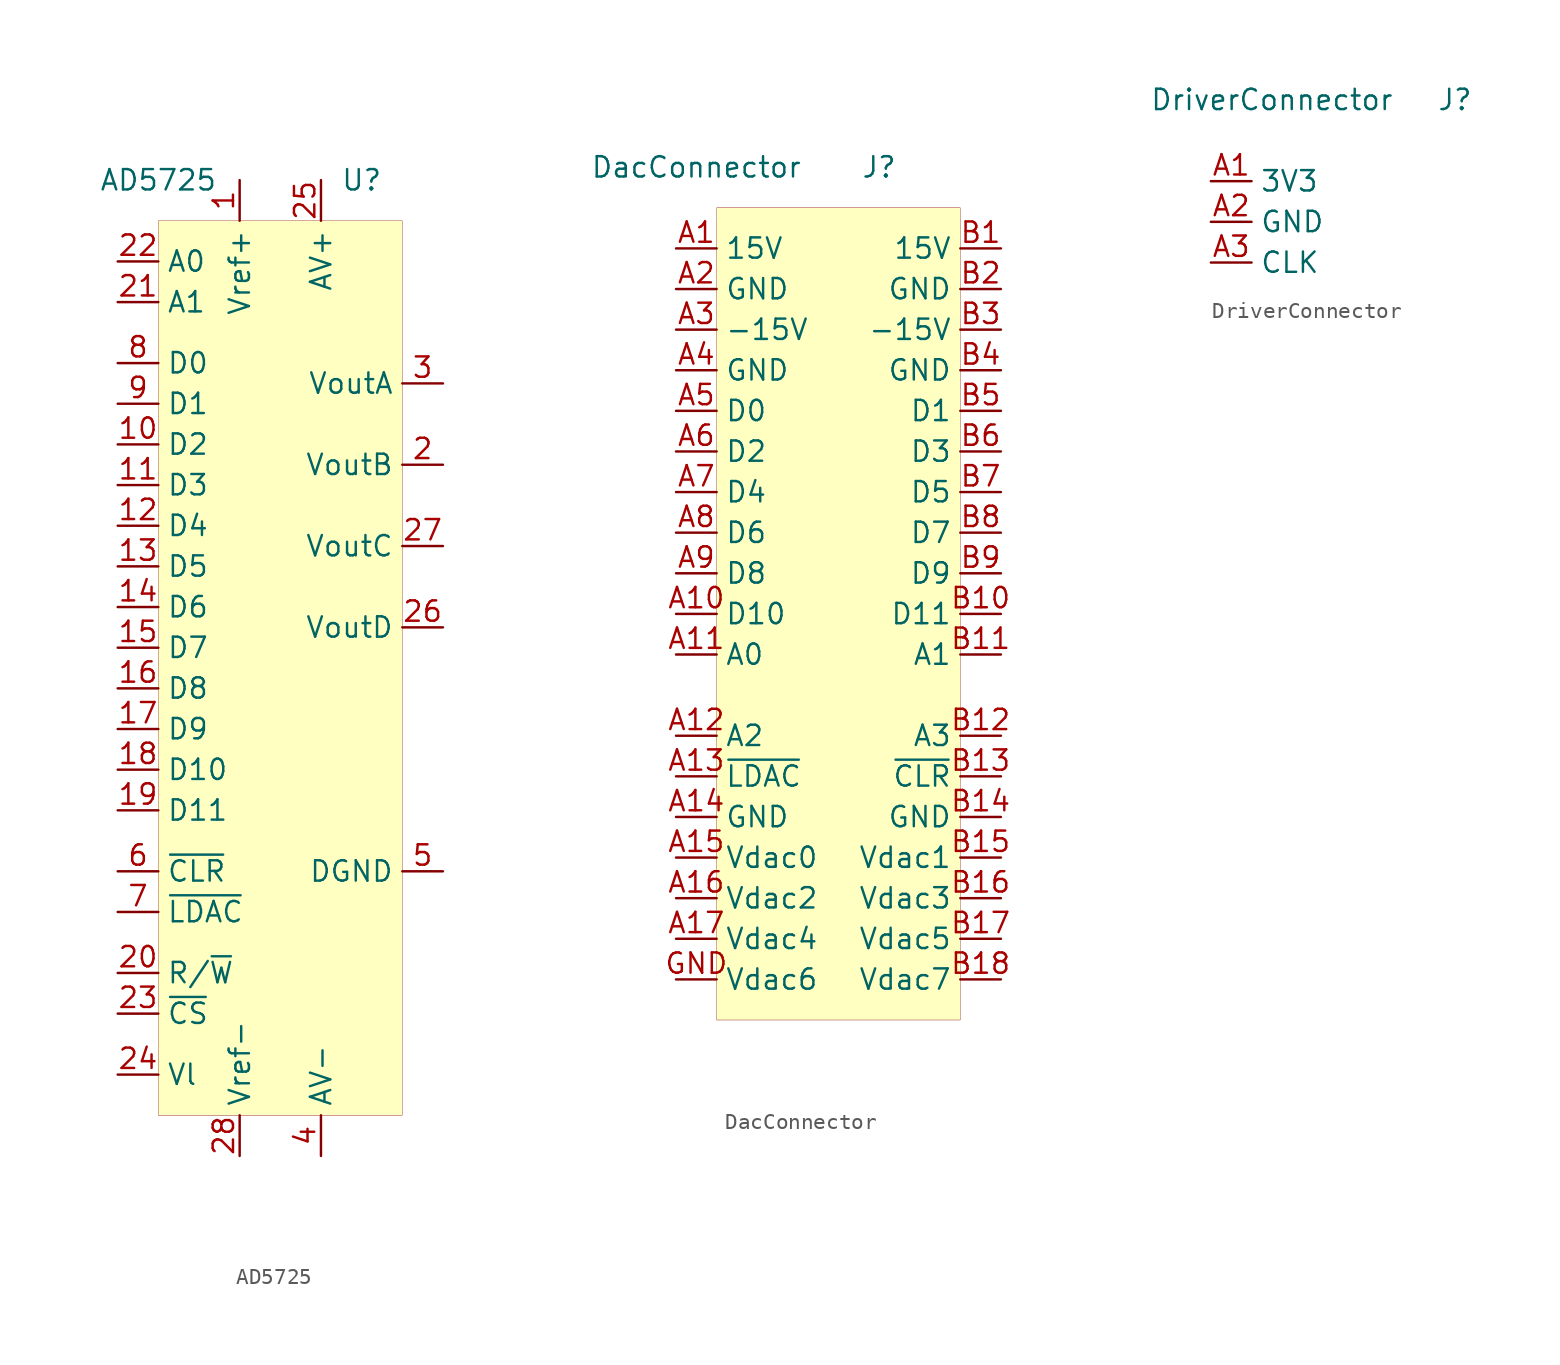
<source format=kicad_sym>
(kicad_symbol_lib
  (version 20201005)
  (generator kicad_symbol_editor)
  (symbol "Unichip:AD5725"
    (property "Reference" "U"
      (at 5.08 2.54 0)
      (effects (font (size 1.27 1.27))))
    (property "Value" "AD5725"
      (at -7.62 2.54 0)
      (effects (font (size 1.27 1.27))))
    (symbol "AD5725_0_1"
      (rectangle (start -7.62 0) (end 7.62 -55.88) (stroke (width 0.001)) (fill (type background))))
    (symbol "AD5725_1_1"
      (pin power_in line (at -2.54 2.54 270) (length 2.54) (name "Vref+" (effects (font (size 1.27 1.27)))) (number "1" (effects (font (size 1.27 1.27)))))
      (pin output line (at 10.16 -15.24 180) (length 2.54) (name "VoutB" (effects (font (size 1.27 1.27)))) (number "2" (effects (font (size 1.27 1.27)))))
      (pin output line (at 10.16 -10.16 180) (length 2.54) (name "VoutA" (effects (font (size 1.27 1.27)))) (number "3" (effects (font (size 1.27 1.27)))))
      (pin power_in line (at 2.54 -58.42 90) (length 2.54) (name "AV-" (effects (font (size 1.27 1.27)))) (number "4" (effects (font (size 1.27 1.27)))))
      (pin power_in line (at 10.16 -40.64 180) (length 2.54) (name "DGND" (effects (font (size 1.27 1.27)))) (number "5" (effects (font (size 1.27 1.27)))))
      (pin input line (at -10.16 -40.64 0) (length 2.54) (name "~CLR" (effects (font (size 1.27 1.27)))) (number "6" (effects (font (size 1.27 1.27)))))
      (pin input line (at -10.16 -43.18 0) (length 2.54) (name "~LDAC" (effects (font (size 1.27 1.27)))) (number "7" (effects (font (size 1.27 1.27)))))
      (pin input line (at -10.16 -8.89 0) (length 2.54) (name "D0" (effects (font (size 1.27 1.27)))) (number "8" (effects (font (size 1.27 1.27)))))
      (pin input line (at -10.16 -11.43 0) (length 2.54) (name "D1" (effects (font (size 1.27 1.27)))) (number "9" (effects (font (size 1.27 1.27)))))
      (pin input line (at -10.16 -13.97 0) (length 2.54) (name "D2" (effects (font (size 1.27 1.27)))) (number "10" (effects (font (size 1.27 1.27)))))
      (pin input line (at -10.16 -16.51 0) (length 2.54) (name "D3" (effects (font (size 1.27 1.27)))) (number "11" (effects (font (size 1.27 1.27)))))
      (pin input line (at -10.16 -19.05 0) (length 2.54) (name "D4" (effects (font (size 1.27 1.27)))) (number "12" (effects (font (size 1.27 1.27)))))
      (pin input line (at -10.16 -21.59 0) (length 2.54) (name "D5" (effects (font (size 1.27 1.27)))) (number "13" (effects (font (size 1.27 1.27)))))
      (pin input line (at -10.16 -24.13 0) (length 2.54) (name "D6" (effects (font (size 1.27 1.27)))) (number "14" (effects (font (size 1.27 1.27)))))
      (pin input line (at -10.16 -26.67 0) (length 2.54) (name "D7" (effects (font (size 1.27 1.27)))) (number "15" (effects (font (size 1.27 1.27)))))
      (pin input line (at -10.16 -29.21 0) (length 2.54) (name "D8" (effects (font (size 1.27 1.27)))) (number "16" (effects (font (size 1.27 1.27)))))
      (pin input line (at -10.16 -31.75 0) (length 2.54) (name "D9" (effects (font (size 1.27 1.27)))) (number "17" (effects (font (size 1.27 1.27)))))
      (pin input line (at -10.16 -34.29 0) (length 2.54) (name "D10" (effects (font (size 1.27 1.27)))) (number "18" (effects (font (size 1.27 1.27)))))
      (pin input line (at -10.16 -36.83 0) (length 2.54) (name "D11" (effects (font (size 1.27 1.27)))) (number "19" (effects (font (size 1.27 1.27)))))
      (pin input line (at -10.16 -46.99 0) (length 2.54) (name "R/~W" (effects (font (size 1.27 1.27)))) (number "20" (effects (font (size 1.27 1.27)))))
      (pin input line (at -10.16 -5.08 0) (length 2.54) (name "A1" (effects (font (size 1.27 1.27)))) (number "21" (effects (font (size 1.27 1.27)))))
      (pin input line (at -10.16 -2.54 0) (length 2.54) (name "A0" (effects (font (size 1.27 1.27)))) (number "22" (effects (font (size 1.27 1.27)))))
      (pin input line (at -10.16 -49.53 0) (length 2.54) (name "~CS" (effects (font (size 1.27 1.27)))) (number "23" (effects (font (size 1.27 1.27)))))
      (pin power_in line (at -10.16 -53.34 0) (length 2.54) (name "Vl" (effects (font (size 1.27 1.27)))) (number "24" (effects (font (size 1.27 1.27)))))
      (pin power_in line (at 2.54 2.54 270) (length 2.54) (name "AV+" (effects (font (size 1.27 1.27)))) (number "25" (effects (font (size 1.27 1.27)))))
      (pin output line (at 10.16 -25.4 180) (length 2.54) (name "VoutD" (effects (font (size 1.27 1.27)))) (number "26" (effects (font (size 1.27 1.27)))))
      (pin output line (at 10.16 -20.32 180) (length 2.54) (name "VoutC" (effects (font (size 1.27 1.27)))) (number "27" (effects (font (size 1.27 1.27)))))
      (pin power_in line (at -2.54 -58.42 90) (length 2.54) (name "Vref-" (effects (font (size 1.27 1.27)))) (number "28" (effects (font (size 1.27 1.27)))))))
  (symbol "Unichip:DacConnector"
    (property "Reference" "J"
      (at 2.54 2.54 0)
      (effects (font (size 1.27 1.27))))
    (property "Value" "DacConnector"
      (at -8.89 2.54 0)
      (effects (font (size 1.27 1.27))))
    (symbol "DacConnector_0_1"
      (rectangle (start -7.62 0) (end 7.62 -50.8) (stroke (width 0.001)) (fill (type background))))
    (symbol "DacConnector_1_1"
      (pin passive line (at -10.16 -2.54 0) (length 2.54) (name "15V" (effects (font (size 1.27 1.27)))) (number "A1" (effects (font (size 1.27 1.27)))))
      (pin passive line (at -10.16 -5.08 0) (length 2.54) (name "GND" (effects (font (size 1.27 1.27)))) (number "A2" (effects (font (size 1.27 1.27)))))
      (pin passive line (at -10.16 -7.62 0) (length 2.54) (name "-15V" (effects (font (size 1.27 1.27)))) (number "A3" (effects (font (size 1.27 1.27)))))
      (pin passive line (at 10.16 -2.54 180) (length 2.54) (name "15V" (effects (font (size 1.27 1.27)))) (number "B1" (effects (font (size 1.27 1.27)))))
      (pin passive line (at 10.16 -5.08 180) (length 2.54) (name "GND" (effects (font (size 1.27 1.27)))) (number "B2" (effects (font (size 1.27 1.27)))))
      (pin passive line (at 10.16 -7.62 180) (length 2.54) (name "-15V" (effects (font (size 1.27 1.27)))) (number "B3" (effects (font (size 1.27 1.27)))))
      (pin passive line (at -10.16 -10.16 0) (length 2.54) (name "GND" (effects (font (size 1.27 1.27)))) (number "A4" (effects (font (size 1.27 1.27)))))
      (pin passive line (at -10.16 -12.7 0) (length 2.54) (name "D0" (effects (font (size 1.27 1.27)))) (number "A5" (effects (font (size 1.27 1.27)))))
      (pin passive line (at -10.16 -15.24 0) (length 2.54) (name "D2" (effects (font (size 1.27 1.27)))) (number "A6" (effects (font (size 1.27 1.27)))))
      (pin passive line (at -10.16 -17.78 0) (length 2.54) (name "D4" (effects (font (size 1.27 1.27)))) (number "A7" (effects (font (size 1.27 1.27)))))
      (pin passive line (at -10.16 -20.32 0) (length 2.54) (name "D6" (effects (font (size 1.27 1.27)))) (number "A8" (effects (font (size 1.27 1.27)))))
      (pin passive line (at -10.16 -22.86 0) (length 2.54) (name "D8" (effects (font (size 1.27 1.27)))) (number "A9" (effects (font (size 1.27 1.27)))))
      (pin passive line (at -10.16 -25.4 0) (length 2.54) (name "D10" (effects (font (size 1.27 1.27)))) (number "A10" (effects (font (size 1.27 1.27)))))
      (pin passive line (at -10.16 -27.94 0) (length 2.54) (name "A0" (effects (font (size 1.27 1.27)))) (number "A11" (effects (font (size 1.27 1.27)))))
      (pin passive line (at 10.16 -15.24 180) (length 2.54) (name "D3" (effects (font (size 1.27 1.27)))) (number "B6" (effects (font (size 1.27 1.27)))))
      (pin passive line (at 10.16 -17.78 180) (length 2.54) (name "D5" (effects (font (size 1.27 1.27)))) (number "B7" (effects (font (size 1.27 1.27)))))
      (pin passive line (at 10.16 -20.32 180) (length 2.54) (name "D7" (effects (font (size 1.27 1.27)))) (number "B8" (effects (font (size 1.27 1.27)))))
      (pin passive line (at 10.16 -22.86 180) (length 2.54) (name "D9" (effects (font (size 1.27 1.27)))) (number "B9" (effects (font (size 1.27 1.27)))))
      (pin passive line (at 10.16 -25.4 180) (length 2.54) (name "D11" (effects (font (size 1.27 1.27)))) (number "B10" (effects (font (size 1.27 1.27)))))
      (pin passive line (at 10.16 -27.94 180) (length 2.54) (name "A1" (effects (font (size 1.27 1.27)))) (number "B11" (effects (font (size 1.27 1.27)))))
      (pin passive line (at 10.16 -10.16 180) (length 2.54) (name "GND" (effects (font (size 1.27 1.27)))) (number "B4" (effects (font (size 1.27 1.27)))))
      (pin passive line (at -10.16 -33.02 0) (length 2.54) (name "A2" (effects (font (size 1.27 1.27)))) (number "A12" (effects (font (size 1.27 1.27)))))
      (pin passive line (at -10.16 -35.56 0) (length 2.54) (name "~LDAC" (effects (font (size 1.27 1.27)))) (number "A13" (effects (font (size 1.27 1.27)))))
      (pin passive line (at -10.16 -38.1 0) (length 2.54) (name "GND" (effects (font (size 1.27 1.27)))) (number "A14" (effects (font (size 1.27 1.27)))))
      (pin passive line (at -10.16 -40.64 0) (length 2.54) (name "Vdac0" (effects (font (size 1.27 1.27)))) (number "A15" (effects (font (size 1.27 1.27)))))
      (pin passive line (at -10.16 -43.18 0) (length 2.54) (name "Vdac2" (effects (font (size 1.27 1.27)))) (number "A16" (effects (font (size 1.27 1.27)))))
      (pin passive line (at -10.16 -45.72 0) (length 2.54) (name "Vdac4" (effects (font (size 1.27 1.27)))) (number "A17" (effects (font (size 1.27 1.27)))))
      (pin passive line (at -10.16 -48.26 0) (length 2.54) (name "Vdac6" (effects (font (size 1.27 1.27)))) (number "GND" (effects (font (size 1.27 1.27)))))
      (pin passive line (at 10.16 -33.02 180) (length 2.54) (name "A3" (effects (font (size 1.27 1.27)))) (number "B12" (effects (font (size 1.27 1.27)))))
      (pin passive line (at 10.16 -38.1 180) (length 2.54) (name "GND" (effects (font (size 1.27 1.27)))) (number "B14" (effects (font (size 1.27 1.27)))))
      (pin passive line (at 10.16 -40.64 180) (length 2.54) (name "Vdac1" (effects (font (size 1.27 1.27)))) (number "B15" (effects (font (size 1.27 1.27)))))
      (pin passive line (at 10.16 -35.56 180) (length 2.54) (name "~CLR" (effects (font (size 1.27 1.27)))) (number "B13" (effects (font (size 1.27 1.27)))))
      (pin passive line (at 10.16 -43.18 180) (length 2.54) (name "Vdac3" (effects (font (size 1.27 1.27)))) (number "B16" (effects (font (size 1.27 1.27)))))
      (pin passive line (at 10.16 -45.72 180) (length 2.54) (name "Vdac5" (effects (font (size 1.27 1.27)))) (number "B17" (effects (font (size 1.27 1.27)))))
      (pin passive line (at 10.16 -48.26 180) (length 2.54) (name "Vdac7" (effects (font (size 1.27 1.27)))) (number "B18" (effects (font (size 1.27 1.27)))))
      (pin passive line (at 10.16 -12.7 180) (length 2.54) (name "D1" (effects (font (size 1.27 1.27)))) (number "B5" (effects (font (size 1.27 1.27)))))))
  (symbol "Unichip:DriverConnector"
    (property "Reference" "J"
      (at 2.54 2.54 0)
      (effects (font (size 1.27 1.27))))
    (property "Value" "DriverConnector"
      (at -8.89 2.54 0)
      (effects (font (size 1.27 1.27))))
    (symbol "DriverConnector_1_1"
      (pin passive line (at -12.7 -2.54 0) (length 2.54) (name "3V3" (effects (font (size 1.27 1.27)))) (number "A1" (effects (font (size 1.27 1.27)))))
      (pin passive line (at -12.7 -5.08 0) (length 2.54) (name "GND" (effects (font (size 1.27 1.27)))) (number "A2" (effects (font (size 1.27 1.27)))))
      (pin passive line (at -12.7 -7.62 0) (length 2.54) (name "CLK" (effects (font (size 1.27 1.27)))) (number "A3" (effects (font (size 1.27 1.27))))))))
</source>
